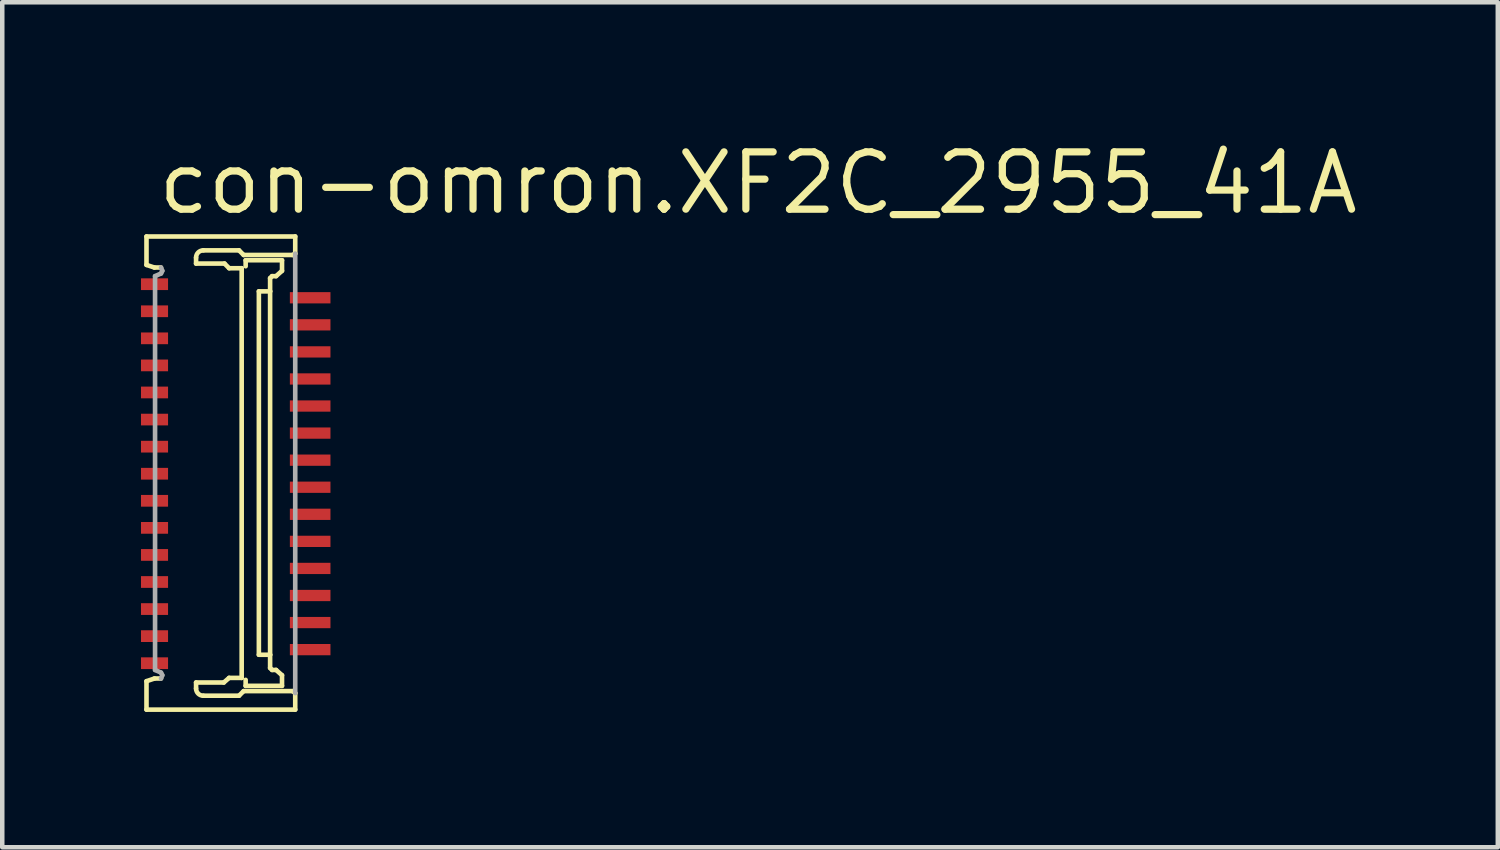
<source format=kicad_pcb>
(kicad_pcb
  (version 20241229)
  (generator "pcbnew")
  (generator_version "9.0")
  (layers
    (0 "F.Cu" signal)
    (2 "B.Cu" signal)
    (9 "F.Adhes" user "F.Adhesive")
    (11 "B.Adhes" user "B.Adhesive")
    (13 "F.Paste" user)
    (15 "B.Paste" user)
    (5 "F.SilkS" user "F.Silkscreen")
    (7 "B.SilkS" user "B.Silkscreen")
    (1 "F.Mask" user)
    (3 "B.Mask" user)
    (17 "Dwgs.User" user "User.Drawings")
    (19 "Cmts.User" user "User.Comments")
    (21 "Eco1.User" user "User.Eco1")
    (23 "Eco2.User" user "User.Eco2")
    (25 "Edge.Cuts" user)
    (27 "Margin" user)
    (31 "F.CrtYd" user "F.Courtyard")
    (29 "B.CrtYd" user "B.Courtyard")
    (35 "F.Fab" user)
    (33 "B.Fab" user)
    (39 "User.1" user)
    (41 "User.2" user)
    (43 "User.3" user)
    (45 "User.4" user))
  (footprint "con-omron.XF2C_2955_41A"
    (layer "F.Cu")
    (at 2.175 7.45)
    (property "Reference" "con-omron.XF2C_2955_41A" (at -1.8 -5.7 0) (layer "F.SilkS") (effects (font (size 1.27 1.27) (thickness 0.16)) (justify left bottom)))
    (attr smd)
    (fp_rect (start -2.15 -4.025) (end -1.45 -4.375) (stroke (width 0.05) (type default)) (fill yes) (layer "F.Mask"))
    (fp_rect (start -2.15 -3.425) (end -1.45 -3.775) (stroke (width 0.05) (type default)) (fill yes) (layer "F.Mask"))
    (fp_rect (start -2.15 -2.825) (end -1.45 -3.175) (stroke (width 0.05) (type default)) (fill yes) (layer "F.Mask"))
    (fp_rect (start -2.15 -2.225) (end -1.45 -2.575) (stroke (width 0.05) (type default)) (fill yes) (layer "F.Mask"))
    (fp_rect (start -2.15 -1.625) (end -1.45 -1.975) (stroke (width 0.05) (type default)) (fill yes) (layer "F.Mask"))
    (fp_rect (start -2.15 -1.025) (end -1.45 -1.375) (stroke (width 0.05) (type default)) (fill yes) (layer "F.Mask"))
    (fp_rect (start -2.15 -0.425) (end -1.45 -0.775) (stroke (width 0.05) (type default)) (fill yes) (layer "F.Mask"))
    (fp_rect (start -2.15 0.175) (end -1.45 -0.175) (stroke (width 0.05) (type default)) (fill yes) (layer "F.Mask"))
    (fp_rect (start -2.15 0.775) (end -1.45 0.425) (stroke (width 0.05) (type default)) (fill yes) (layer "F.Mask"))
    (fp_rect (start -2.15 1.375) (end -1.45 1.025) (stroke (width 0.05) (type default)) (fill yes) (layer "F.Mask"))
    (fp_rect (start -2.15 1.975) (end -1.45 1.625) (stroke (width 0.05) (type default)) (fill yes) (layer "F.Mask"))
    (fp_rect (start -2.15 2.575) (end -1.45 2.225) (stroke (width 0.05) (type default)) (fill yes) (layer "F.Mask"))
    (fp_rect (start -2.15 3.175) (end -1.45 2.825) (stroke (width 0.05) (type default)) (fill yes) (layer "F.Mask"))
    (fp_rect (start -2.15 3.775) (end -1.45 3.425) (stroke (width 0.05) (type default)) (fill yes) (layer "F.Mask"))
    (fp_rect (start -2.15 4.375) (end -1.45 4.025) (stroke (width 0.05) (type default)) (fill yes) (layer "F.Mask"))
    (fp_rect (start 1.15 -3.725) (end 2.15 -4.075) (stroke (width 0.05) (type default)) (fill yes) (layer "F.Mask"))
    (fp_rect (start 1.15 -3.125) (end 2.15 -3.475) (stroke (width 0.05) (type default)) (fill yes) (layer "F.Mask"))
    (fp_rect (start 1.15 -2.525) (end 2.15 -2.875) (stroke (width 0.05) (type default)) (fill yes) (layer "F.Mask"))
    (fp_rect (start 1.15 -1.925) (end 2.15 -2.275) (stroke (width 0.05) (type default)) (fill yes) (layer "F.Mask"))
    (fp_rect (start 1.15 -1.325) (end 2.15 -1.675) (stroke (width 0.05) (type default)) (fill yes) (layer "F.Mask"))
    (fp_rect (start 1.15 -0.725) (end 2.15 -1.075) (stroke (width 0.05) (type default)) (fill yes) (layer "F.Mask"))
    (fp_rect (start 1.15 -0.125) (end 2.15 -0.475) (stroke (width 0.05) (type default)) (fill yes) (layer "F.Mask"))
    (fp_rect (start 1.15 0.475) (end 2.15 0.125) (stroke (width 0.05) (type default)) (fill yes) (layer "F.Mask"))
    (fp_rect (start 1.15 1.075) (end 2.15 0.725) (stroke (width 0.05) (type default)) (fill yes) (layer "F.Mask"))
    (fp_rect (start 1.15 1.675) (end 2.15 1.325) (stroke (width 0.05) (type default)) (fill yes) (layer "F.Mask"))
    (fp_rect (start 1.15 2.275) (end 2.15 1.925) (stroke (width 0.05) (type default)) (fill yes) (layer "F.Mask"))
    (fp_rect (start 1.15 2.875) (end 2.15 2.525) (stroke (width 0.05) (type default)) (fill yes) (layer "F.Mask"))
    (fp_rect (start 1.15 3.475) (end 2.15 3.125) (stroke (width 0.05) (type default)) (fill yes) (layer "F.Mask"))
    (fp_rect (start 1.15 4.075) (end 2.15 3.725) (stroke (width 0.05) (type default)) (fill yes) (layer "F.Mask"))
    (fp_line (start -1.978 -5.258) (end 1.319 -5.258) (stroke (width 0.102) (type default)) (layer "F.SilkS"))
    (fp_line (start -1.978 -4.628) (end -1.978 -5.258) (stroke (width 0.102) (type default)) (layer "F.SilkS"))
    (fp_line (start -1.978 4.599) (end -1.803 4.54) (stroke (width 0.102) (type default)) (layer "F.SilkS"))
    (fp_line (start -1.978 5.229) (end -1.978 4.599) (stroke (width 0.102) (type default)) (layer "F.SilkS"))
    (fp_line (start -1.803 -4.57) (end -1.978 -4.628) (stroke (width 0.102) (type default)) (layer "F.SilkS"))
    (fp_line (start -1.803 4.54) (end -1.656 4.54) (stroke (width 0.102) (type default)) (layer "F.SilkS"))
    (fp_line (start -1.656 -4.57) (end -1.803 -4.57) (stroke (width 0.102) (type default)) (layer "F.SilkS"))
    (fp_line (start -0.879 -4.79) (end -0.879 -4.658) (stroke (width 0.102) (type default)) (layer "F.SilkS"))
    (fp_line (start -0.879 -4.658) (end -0.249 -4.658) (stroke (width 0.102) (type default)) (layer "F.SilkS"))
    (fp_line (start -0.879 4.628) (end -0.879 4.76) (stroke (width 0.102) (type default)) (layer "F.SilkS"))
    (fp_line (start -0.718 4.921) (end 0.073 4.921) (stroke (width 0.102) (type default)) (layer "F.SilkS"))
    (fp_line (start -0.264 4.628) (end -0.879 4.628) (stroke (width 0.102) (type default)) (layer "F.SilkS"))
    (fp_line (start -0.249 -4.658) (end -0.146 -4.555) (stroke (width 0.102) (type default)) (layer "F.SilkS"))
    (fp_line (start -0.147 4.526) (end -0.264 4.628) (stroke (width 0.102) (type default)) (layer "F.SilkS"))
    (fp_line (start -0.146 -4.555) (end 0.132 -4.555) (stroke (width 0.102) (type default)) (layer "F.SilkS"))
    (fp_line (start 0.073 4.921) (end 0.176 4.819) (stroke (width 0.102) (type default)) (layer "F.SilkS"))
    (fp_line (start 0.073 -4.951) (end -0.718 -4.951) (stroke (width 0.102) (type default)) (layer "F.SilkS"))
    (fp_line (start 0.132 -4.555) (end 0.132 4.526) (stroke (width 0.102) (type default)) (layer "F.SilkS"))
    (fp_line (start 0.132 4.526) (end -0.147 4.526) (stroke (width 0.102) (type default)) (layer "F.SilkS"))
    (fp_line (start 0.176 -4.848) (end 0.073 -4.951) (stroke (width 0.102) (type default)) (layer "F.SilkS"))
    (fp_line (start 0.176 4.819) (end 1.26 4.819) (stroke (width 0.102) (type default)) (layer "F.SilkS"))
    (fp_line (start 0.22 -4.731) (end 0.22 -4.599) (stroke (width 0.102) (type default)) (layer "F.SilkS"))
    (fp_line (start 0.22 4.702) (end 0.22 4.57) (stroke (width 0.102) (type default)) (layer "F.SilkS"))
    (fp_line (start 0.513 -4.042) (end 0.762 -4.042) (stroke (width 0.102) (type default)) (layer "F.SilkS"))
    (fp_line (start 0.513 4.013) (end 0.513 -4.042) (stroke (width 0.102) (type default)) (layer "F.SilkS"))
    (fp_line (start 0.762 -4.335) (end 0.806 -4.379) (stroke (width 0.102) (type default)) (layer "F.SilkS"))
    (fp_line (start 0.762 -4.042) (end 0.762 -4.335) (stroke (width 0.102) (type default)) (layer "F.SilkS"))
    (fp_line (start 0.762 -4.042) (end 0.762 4.013) (stroke (width 0.102) (type default)) (layer "F.SilkS"))
    (fp_line (start 0.762 4.013) (end 0.513 4.013) (stroke (width 0.102) (type default)) (layer "F.SilkS"))
    (fp_line (start 0.762 4.306) (end 0.762 4.013) (stroke (width 0.102) (type default)) (layer "F.SilkS"))
    (fp_line (start 0.806 -4.379) (end 0.894 -4.379) (stroke (width 0.102) (type default)) (layer "F.SilkS"))
    (fp_line (start 0.806 4.35) (end 0.762 4.306) (stroke (width 0.102) (type default)) (layer "F.SilkS"))
    (fp_line (start 0.894 -4.379) (end 1.026 -4.497) (stroke (width 0.102) (type default)) (layer "F.SilkS"))
    (fp_line (start 0.894 4.35) (end 0.806 4.35) (stroke (width 0.102) (type default)) (layer "F.SilkS"))
    (fp_line (start 1.026 -4.731) (end 0.22 -4.731) (stroke (width 0.102) (type default)) (layer "F.SilkS"))
    (fp_line (start 1.026 -4.497) (end 1.026 -4.731) (stroke (width 0.102) (type default)) (layer "F.SilkS"))
    (fp_line (start 1.026 4.467) (end 0.894 4.35) (stroke (width 0.102) (type default)) (layer "F.SilkS"))
    (fp_line (start 1.026 4.702) (end 0.22 4.702) (stroke (width 0.102) (type default)) (layer "F.SilkS"))
    (fp_line (start 1.026 4.702) (end 1.026 4.467) (stroke (width 0.102) (type default)) (layer "F.SilkS"))
    (fp_line (start 1.26 -4.848) (end 0.176 -4.848) (stroke (width 0.102) (type default)) (layer "F.SilkS"))
    (fp_line (start 1.26 4.819) (end 1.319 4.863) (stroke (width 0.102) (type default)) (layer "F.SilkS"))
    (fp_line (start 1.319 -5.258) (end 1.319 -4.878) (stroke (width 0.102) (type default)) (layer "F.SilkS"))
    (fp_line (start 1.319 -4.878) (end 1.26 -4.848) (stroke (width 0.102) (type default)) (layer "F.SilkS"))
    (fp_line (start 1.319 4.863) (end 1.319 5.229) (stroke (width 0.102) (type default)) (layer "F.SilkS"))
    (fp_line (start 1.319 5.229) (end -1.978 5.229) (stroke (width 0.102) (type default)) (layer "F.SilkS"))
    (fp_arc (start -0.8793 -4.7896) (mid -0.832086 -4.903586) (end -0.7181 -4.9508) (stroke (width 0.1016) (type default)) (layer "F.SilkS"))
    (fp_arc (start -0.7181 4.9215) (mid -0.832086 4.874286) (end -0.8793 4.7603) (stroke (width 0.1016) (type default)) (layer "F.SilkS"))
    (fp_line (start -1.788 -4.379) (end -1.656 -4.438) (stroke (width 0.102) (type default)) (layer "F.Fab"))
    (fp_line (start -1.788 4.35) (end -1.788 -4.379) (stroke (width 0.102) (type default)) (layer "F.Fab"))
    (fp_line (start -1.656 4.409) (end -1.788 4.35) (stroke (width 0.102) (type default)) (layer "F.Fab"))
    (fp_line (start -1.656 4.54) (end -1.627 4.467) (stroke (width 0.102) (type default)) (layer "F.Fab"))
    (fp_line (start -1.656 -4.438) (end -1.627 -4.497) (stroke (width 0.102) (type default)) (layer "F.Fab"))
    (fp_line (start -1.627 -4.497) (end -1.656 -4.57) (stroke (width 0.102) (type default)) (layer "F.Fab"))
    (fp_line (start -1.627 4.467) (end -1.656 4.409) (stroke (width 0.102) (type default)) (layer "F.Fab"))
    (fp_line (start 1.319 -4.878) (end 1.319 4.863) (stroke (width 0.102) (type default)) (layer "F.Fab"))
    (pad "1" smd roundrect (at -1.8 -4.2 270) (size 0.26 0.6) (layers "F.Cu" "F.Mask" "F.Paste") (roundrect_rratio 0.01))
    (pad "2" smd roundrect (at 1.65 -3.9 270) (size 0.25 0.9) (layers "F.Cu" "F.Mask" "F.Paste") (roundrect_rratio 0.01))
    (pad "3" smd roundrect (at -1.8 -3.6 270) (size 0.26 0.6) (layers "F.Cu" "F.Mask" "F.Paste") (roundrect_rratio 0.01))
    (pad "4" smd roundrect (at 1.65 -3.3 270) (size 0.25 0.9) (layers "F.Cu" "F.Mask" "F.Paste") (roundrect_rratio 0.01))
    (pad "5" smd roundrect (at -1.8 -3 270) (size 0.26 0.6) (layers "F.Cu" "F.Mask" "F.Paste") (roundrect_rratio 0.01))
    (pad "6" smd roundrect (at 1.65 -2.7 270) (size 0.25 0.9) (layers "F.Cu" "F.Mask" "F.Paste") (roundrect_rratio 0.01))
    (pad "7" smd roundrect (at -1.8 -2.4 270) (size 0.26 0.6) (layers "F.Cu" "F.Mask" "F.Paste") (roundrect_rratio 0.01))
    (pad "8" smd roundrect (at 1.65 -2.1 270) (size 0.25 0.9) (layers "F.Cu" "F.Mask" "F.Paste") (roundrect_rratio 0.01))
    (pad "9" smd roundrect (at -1.8 -1.8 270) (size 0.26 0.6) (layers "F.Cu" "F.Mask" "F.Paste") (roundrect_rratio 0.01))
    (pad "10" smd roundrect (at 1.65 -1.5 270) (size 0.25 0.9) (layers "F.Cu" "F.Mask" "F.Paste") (roundrect_rratio 0.01))
    (pad "11" smd roundrect (at -1.8 -1.2 270) (size 0.26 0.6) (layers "F.Cu" "F.Mask" "F.Paste") (roundrect_rratio 0.01))
    (pad "12" smd roundrect (at 1.65 -0.9 270) (size 0.25 0.9) (layers "F.Cu" "F.Mask" "F.Paste") (roundrect_rratio 0.01))
    (pad "13" smd roundrect (at -1.8 -0.6 270) (size 0.26 0.6) (layers "F.Cu" "F.Mask" "F.Paste") (roundrect_rratio 0.01))
    (pad "14" smd roundrect (at 1.65 -0.3 270) (size 0.25 0.9) (layers "F.Cu" "F.Mask" "F.Paste") (roundrect_rratio 0.01))
    (pad "15" smd roundrect (at -1.8 0 270) (size 0.26 0.6) (layers "F.Cu" "F.Mask" "F.Paste") (roundrect_rratio 0.01))
    (pad "16" smd roundrect (at 1.65 0.3 270) (size 0.25 0.9) (layers "F.Cu" "F.Mask" "F.Paste") (roundrect_rratio 0.01))
    (pad "17" smd roundrect (at -1.8 0.6 270) (size 0.26 0.6) (layers "F.Cu" "F.Mask" "F.Paste") (roundrect_rratio 0.01))
    (pad "18" smd roundrect (at 1.65 0.9 270) (size 0.25 0.9) (layers "F.Cu" "F.Mask" "F.Paste") (roundrect_rratio 0.01))
    (pad "19" smd roundrect (at -1.8 1.2 270) (size 0.26 0.6) (layers "F.Cu" "F.Mask" "F.Paste") (roundrect_rratio 0.01))
    (pad "20" smd roundrect (at 1.65 1.5 270) (size 0.25 0.9) (layers "F.Cu" "F.Mask" "F.Paste") (roundrect_rratio 0.01))
    (pad "21" smd roundrect (at -1.8 1.8 270) (size 0.26 0.6) (layers "F.Cu" "F.Mask" "F.Paste") (roundrect_rratio 0.01))
    (pad "22" smd roundrect (at 1.65 2.1 270) (size 0.25 0.9) (layers "F.Cu" "F.Mask" "F.Paste") (roundrect_rratio 0.01))
    (pad "23" smd roundrect (at -1.8 2.4 270) (size 0.26 0.6) (layers "F.Cu" "F.Mask" "F.Paste") (roundrect_rratio 0.01))
    (pad "24" smd roundrect (at 1.65 2.7 270) (size 0.25 0.9) (layers "F.Cu" "F.Mask" "F.Paste") (roundrect_rratio 0.01))
    (pad "25" smd roundrect (at -1.8 3 270) (size 0.26 0.6) (layers "F.Cu" "F.Mask" "F.Paste") (roundrect_rratio 0.01))
    (pad "26" smd roundrect (at 1.65 3.3 270) (size 0.25 0.9) (layers "F.Cu" "F.Mask" "F.Paste") (roundrect_rratio 0.01))
    (pad "27" smd roundrect (at -1.8 3.6 270) (size 0.26 0.6) (layers "F.Cu" "F.Mask" "F.Paste") (roundrect_rratio 0.01))
    (pad "28" smd roundrect (at 1.65 3.9 270) (size 0.25 0.9) (layers "F.Cu" "F.Mask" "F.Paste") (roundrect_rratio 0.01))
    (pad "29" smd roundrect (at -1.8 4.2 270) (size 0.26 0.6) (layers "F.Cu" "F.Mask" "F.Paste") (roundrect_rratio 0.01)))
  (gr_rect
    (start -3 -3)
    (end 30.15 15.73)
    (stroke (width 0.1) (type default))
    (fill no)
    (layer "Edge.Cuts")))
</source>
